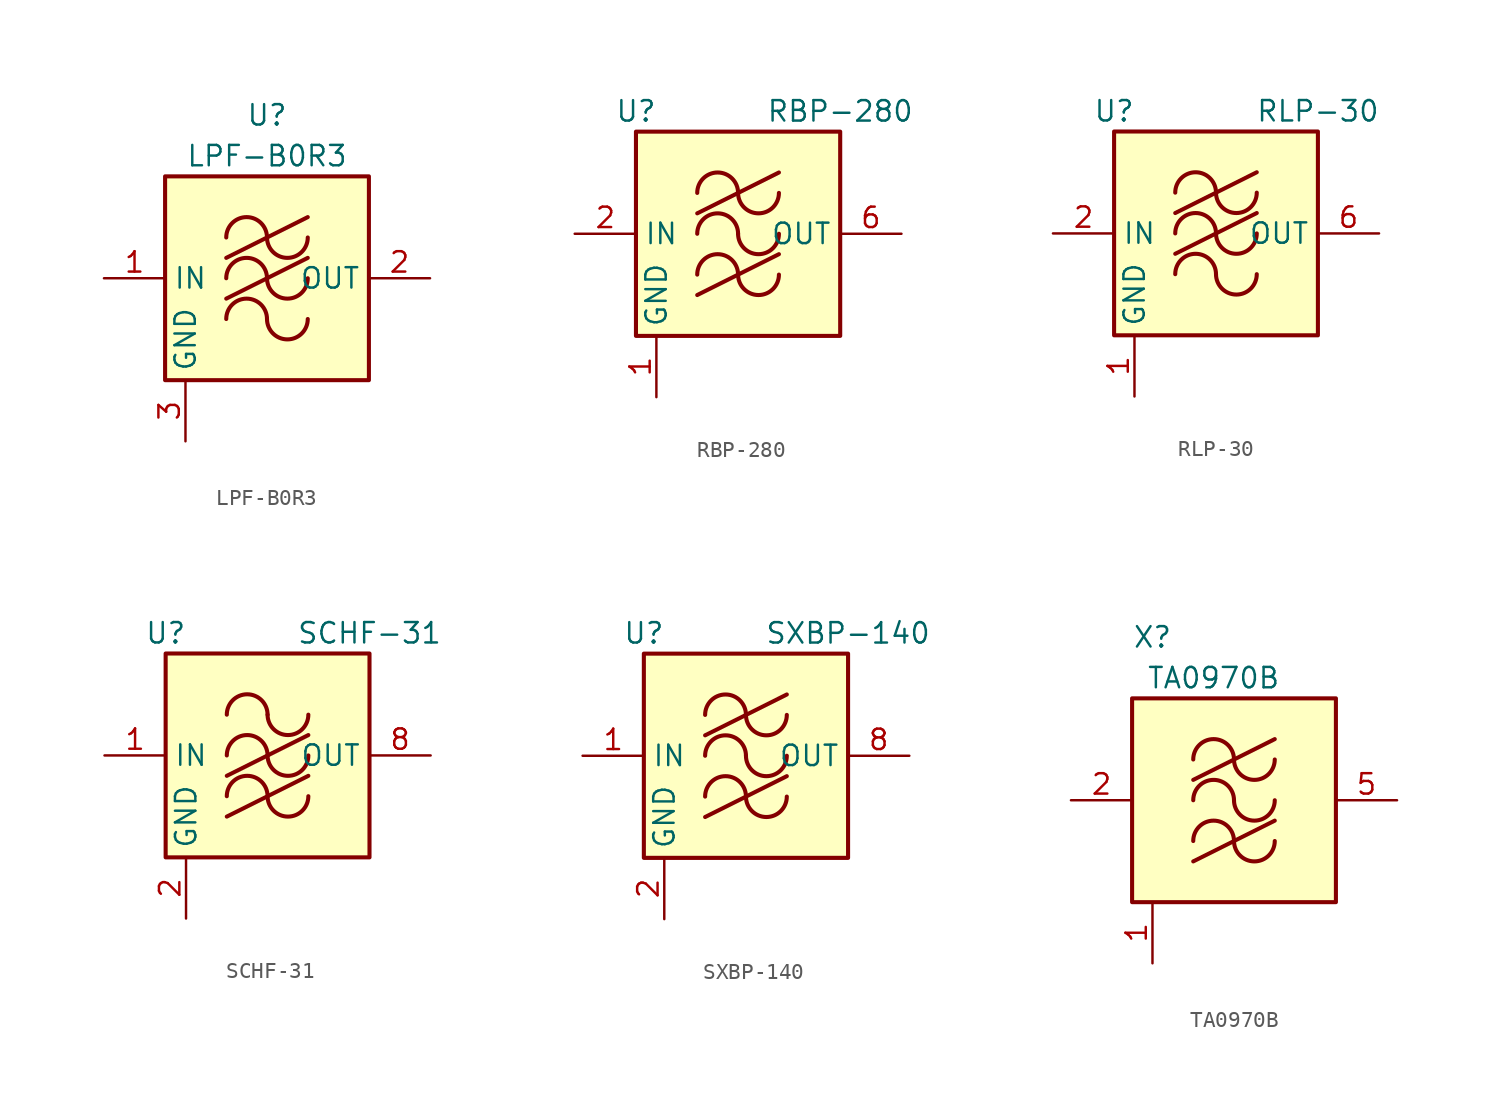
<source format=kicad_sym>
(kicad_symbol_lib
  (version 20241209)
  (generator "kicad_symbol_editor")
  (generator_version "9.0")
  (symbol "LPF-B0R3"
    (property "Reference" "U"
      (at 0 10.16 0)
      (effects (font (size 1.27 1.27))))
    (property "Value" "LPF-B0R3"
      (at 0 7.62 0)
      (effects (font (size 1.27 1.27))))
    (symbol "LPF-B0R3_0_1"
      (rectangle (start -6.35 6.35) (end 6.35 -6.35) (stroke (width 0.254) (type default)) (fill (type background)))
      (polyline (pts (xy -2.54 1.27) (xy 2.54 3.81)) (stroke (width 0.254) (type default)) (fill (type none)))
      (polyline (pts (xy -2.54 -1.27) (xy 2.54 1.27)) (stroke (width 0.254) (type default)) (fill (type none)))
      (arc (start -2.54 2.54) (mid -1.27 3.8045) (end 0 2.54) (stroke (width 0.254) (type default)) (fill (type none)))
      (arc (start -2.54 0) (mid -1.27 1.2645) (end 0 0) (stroke (width 0.254) (type default)) (fill (type none)))
      (arc (start -2.54 -2.54) (mid -1.27 -1.2755) (end 0 -2.54) (stroke (width 0.254) (type default)) (fill (type none)))
      (arc (start 2.54 2.54) (mid 1.27 1.2755) (end 0 2.54) (stroke (width 0.254) (type default)) (fill (type none)))
      (arc (start 2.54 0) (mid 1.27 -1.2645) (end 0 0) (stroke (width 0.254) (type default)) (fill (type none)))
      (arc (start 2.54 -2.54) (mid 1.27 -3.8045) (end 0 -2.54) (stroke (width 0.254) (type default)) (fill (type none))))
    (symbol "LPF-B0R3_1_1"
      (pin input line (at -10.16 0 0) (length 3.81) (name "IN" (effects (font (size 1.27 1.27)))) (number "1" (effects (font (size 1.27 1.27)))))
      (pin power_in line (at -5.08 -10.16 90) (length 3.81) (name "GND" (effects (font (size 1.27 1.27)))) (number "3" (effects (font (size 1.27 1.27)))))
      (pin passive line (at -5.08 -10.16 90) (length 3.81) (hide yes) (name "GND" (effects (font (size 1.27 1.27)))) (number "4" (effects (font (size 1.27 1.27)))))
      (pin passive line (at -5.08 -10.16 90) (length 3.81) (hide yes) (name "GND" (effects (font (size 1.27 1.27)))) (number "5" (effects (font (size 1.27 1.27)))))
      (pin passive line (at -5.08 -10.16 90) (length 3.81) (hide yes) (name "GND" (effects (font (size 1.27 1.27)))) (number "6" (effects (font (size 1.27 1.27)))))
      (pin output line (at 10.16 0 180) (length 3.81) (name "OUT" (effects (font (size 1.27 1.27)))) (number "2" (effects (font (size 1.27 1.27)))))))
  (symbol "RBP-280"
    (property "Reference" "U"
      (at -6.35 7.62 0)
      (effects (font (size 1.27 1.27))))
    (property "Value" "RBP-280"
      (at 6.35 7.62 0)
      (effects (font (size 1.27 1.27))))
    (symbol "RBP-280_0_1"
      (rectangle (start -6.35 6.35) (end 6.35 -6.35) (stroke (width 0.254) (type default)) (fill (type background)))
      (polyline (pts (xy -2.54 1.27) (xy 2.54 3.81)) (stroke (width 0.254) (type default)) (fill (type none)))
      (polyline (pts (xy -2.54 -3.81) (xy 2.54 -1.27)) (stroke (width 0.254) (type default)) (fill (type none)))
      (arc (start -2.54 2.54) (mid -1.27 3.8045) (end 0 2.54) (stroke (width 0.254) (type default)) (fill (type none)))
      (arc (start -2.54 0) (mid -1.27 1.2645) (end 0 0) (stroke (width 0.254) (type default)) (fill (type none)))
      (arc (start -2.54 -2.54) (mid -1.27 -1.2755) (end 0 -2.54) (stroke (width 0.254) (type default)) (fill (type none)))
      (arc (start 2.54 2.54) (mid 1.27 1.2755) (end 0 2.54) (stroke (width 0.254) (type default)) (fill (type none)))
      (arc (start 2.54 0) (mid 1.27 -1.2645) (end 0 0) (stroke (width 0.254) (type default)) (fill (type none)))
      (arc (start 2.54 -2.54) (mid 1.27 -3.8045) (end 0 -2.54) (stroke (width 0.254) (type default)) (fill (type none))))
    (symbol "RBP-280_1_1"
      (pin input line (at -10.16 0 0) (length 3.81) (name "IN" (effects (font (size 1.27 1.27)))) (number "2" (effects (font (size 1.27 1.27)))))
      (pin power_in line (at -5.08 -10.16 90) (length 3.81) (name "GND" (effects (font (size 1.27 1.27)))) (number "1" (effects (font (size 1.27 1.27)))))
      (pin passive line (at -5.08 -10.16 90) (length 3.81) (hide yes) (name "GND" (effects (font (size 1.27 1.27)))) (number "3" (effects (font (size 1.27 1.27)))))
      (pin passive line (at -5.08 -10.16 90) (length 3.81) (hide yes) (name "GND" (effects (font (size 1.27 1.27)))) (number "4" (effects (font (size 1.27 1.27)))))
      (pin passive line (at -5.08 -10.16 90) (length 3.81) (hide yes) (name "GND" (effects (font (size 1.27 1.27)))) (number "5" (effects (font (size 1.27 1.27)))))
      (pin passive line (at -5.08 -10.16 90) (length 3.81) (hide yes) (name "GND" (effects (font (size 1.27 1.27)))) (number "7" (effects (font (size 1.27 1.27)))))
      (pin passive line (at -5.08 -10.16 90) (length 3.81) (hide yes) (name "GND" (effects (font (size 1.27 1.27)))) (number "8" (effects (font (size 1.27 1.27)))))
      (pin output line (at 10.16 0 180) (length 3.81) (name "OUT" (effects (font (size 1.27 1.27)))) (number "6" (effects (font (size 1.27 1.27)))))))
  (symbol "RLP-30"
    (property "Reference" "U"
      (at -6.35 7.62 0)
      (effects (font (size 1.27 1.27))))
    (property "Value" "RLP-30"
      (at 6.35 7.62 0)
      (effects (font (size 1.27 1.27))))
    (symbol "RLP-30_0_1"
      (rectangle (start -6.35 6.35) (end 6.35 -6.35) (stroke (width 0.254) (type default)) (fill (type background)))
      (polyline (pts (xy -2.54 1.27) (xy 2.54 3.81)) (stroke (width 0.254) (type default)) (fill (type none)))
      (polyline (pts (xy -2.54 -1.27) (xy 2.54 1.27)) (stroke (width 0.254) (type default)) (fill (type none)))
      (arc (start -2.54 2.54) (mid -1.27 3.8045) (end 0 2.54) (stroke (width 0.254) (type default)) (fill (type none)))
      (arc (start -2.54 0) (mid -1.27 1.2645) (end 0 0) (stroke (width 0.254) (type default)) (fill (type none)))
      (arc (start -2.54 -2.54) (mid -1.27 -1.2755) (end 0 -2.54) (stroke (width 0.254) (type default)) (fill (type none)))
      (arc (start 2.54 2.54) (mid 1.27 1.2755) (end 0 2.54) (stroke (width 0.254) (type default)) (fill (type none)))
      (arc (start 2.54 0) (mid 1.27 -1.2645) (end 0 0) (stroke (width 0.254) (type default)) (fill (type none)))
      (arc (start 2.54 -2.54) (mid 1.27 -3.8045) (end 0 -2.54) (stroke (width 0.254) (type default)) (fill (type none))))
    (symbol "RLP-30_1_1"
      (pin input line (at -10.16 0 0) (length 3.81) (name "IN" (effects (font (size 1.27 1.27)))) (number "2" (effects (font (size 1.27 1.27)))))
      (pin power_in line (at -5.08 -10.16 90) (length 3.81) (name "GND" (effects (font (size 1.27 1.27)))) (number "1" (effects (font (size 1.27 1.27)))))
      (pin passive line (at -5.08 -10.16 90) (length 3.81) (hide yes) (name "GND" (effects (font (size 1.27 1.27)))) (number "3" (effects (font (size 1.27 1.27)))))
      (pin passive line (at -5.08 -10.16 90) (length 3.81) (hide yes) (name "GND" (effects (font (size 1.27 1.27)))) (number "4" (effects (font (size 1.27 1.27)))))
      (pin passive line (at -5.08 -10.16 90) (length 3.81) (hide yes) (name "GND" (effects (font (size 1.27 1.27)))) (number "5" (effects (font (size 1.27 1.27)))))
      (pin passive line (at -5.08 -10.16 90) (length 3.81) (hide yes) (name "GND" (effects (font (size 1.27 1.27)))) (number "7" (effects (font (size 1.27 1.27)))))
      (pin passive line (at -5.08 -10.16 90) (length 3.81) (hide yes) (name "GND" (effects (font (size 1.27 1.27)))) (number "8" (effects (font (size 1.27 1.27)))))
      (pin output line (at 10.16 0 180) (length 3.81) (name "OUT" (effects (font (size 1.27 1.27)))) (number "6" (effects (font (size 1.27 1.27)))))))
  (symbol "SCHF-31"
    (property "Reference" "U"
      (at -6.35 7.62 0)
      (effects (font (size 1.27 1.27))))
    (property "Value" "SCHF-31"
      (at 6.35 7.62 0)
      (effects (font (size 1.27 1.27))))
    (symbol "SCHF-31_0_1"
      (rectangle (start -6.35 6.35) (end 6.35 -6.35) (stroke (width 0.254) (type default)) (fill (type background)))
      (polyline (pts (xy -2.54 -1.27) (xy 2.54 1.27)) (stroke (width 0.254) (type default)) (fill (type none)))
      (polyline (pts (xy -2.54 -3.81) (xy 2.54 -1.27)) (stroke (width 0.254) (type default)) (fill (type none)))
      (arc (start -2.54 2.54) (mid -1.27 3.8045) (end 0 2.54) (stroke (width 0.254) (type default)) (fill (type none)))
      (arc (start -2.54 0) (mid -1.27 1.2645) (end 0 0) (stroke (width 0.254) (type default)) (fill (type none)))
      (arc (start -2.54 -2.54) (mid -1.27 -1.2755) (end 0 -2.54) (stroke (width 0.254) (type default)) (fill (type none)))
      (arc (start 2.54 2.54) (mid 1.27 1.2755) (end 0 2.54) (stroke (width 0.254) (type default)) (fill (type none)))
      (arc (start 2.54 0) (mid 1.27 -1.2645) (end 0 0) (stroke (width 0.254) (type default)) (fill (type none)))
      (arc (start 2.54 -2.54) (mid 1.27 -3.8045) (end 0 -2.54) (stroke (width 0.254) (type default)) (fill (type none))))
    (symbol "SCHF-31_1_1"
      (pin input line (at -10.16 0 0) (length 3.81) (name "IN" (effects (font (size 1.27 1.27)))) (number "1" (effects (font (size 1.27 1.27)))))
      (pin power_in line (at -5.08 -10.16 90) (length 3.81) (name "GND" (effects (font (size 1.27 1.27)))) (number "2" (effects (font (size 1.27 1.27)))))
      (pin passive line (at -5.08 -10.16 90) (length 3.81) (hide yes) (name "GND" (effects (font (size 1.27 1.27)))) (number "3" (effects (font (size 1.27 1.27)))))
      (pin passive line (at -5.08 -10.16 90) (length 3.81) (hide yes) (name "GND" (effects (font (size 1.27 1.27)))) (number "4" (effects (font (size 1.27 1.27)))))
      (pin passive line (at -5.08 -10.16 90) (length 3.81) (hide yes) (name "GND" (effects (font (size 1.27 1.27)))) (number "5" (effects (font (size 1.27 1.27)))))
      (pin passive line (at -5.08 -10.16 90) (length 3.81) (hide yes) (name "GND" (effects (font (size 1.27 1.27)))) (number "6" (effects (font (size 1.27 1.27)))))
      (pin passive line (at -5.08 -10.16 90) (length 3.81) (hide yes) (name "GND" (effects (font (size 1.27 1.27)))) (number "7" (effects (font (size 1.27 1.27)))))
      (pin output line (at 10.16 0 180) (length 3.81) (name "OUT" (effects (font (size 1.27 1.27)))) (number "8" (effects (font (size 1.27 1.27)))))))
  (symbol "SXBP-140"
    (property "Reference" "U"
      (at -6.35 7.62 0)
      (effects (font (size 1.27 1.27))))
    (property "Value" "SXBP-140"
      (at 6.35 7.62 0)
      (effects (font (size 1.27 1.27))))
    (symbol "SXBP-140_0_1"
      (rectangle (start -6.35 6.35) (end 6.35 -6.35) (stroke (width 0.254) (type default)) (fill (type background)))
      (polyline (pts (xy -2.54 1.27) (xy 2.54 3.81)) (stroke (width 0.254) (type default)) (fill (type none)))
      (polyline (pts (xy -2.54 -3.81) (xy 2.54 -1.27)) (stroke (width 0.254) (type default)) (fill (type none)))
      (arc (start -2.54 2.54) (mid -1.27 3.8045) (end 0 2.54) (stroke (width 0.254) (type default)) (fill (type none)))
      (arc (start -2.54 0) (mid -1.27 1.2645) (end 0 0) (stroke (width 0.254) (type default)) (fill (type none)))
      (arc (start -2.54 -2.54) (mid -1.27 -1.2755) (end 0 -2.54) (stroke (width 0.254) (type default)) (fill (type none)))
      (arc (start 2.54 2.54) (mid 1.27 1.2755) (end 0 2.54) (stroke (width 0.254) (type default)) (fill (type none)))
      (arc (start 2.54 0) (mid 1.27 -1.2645) (end 0 0) (stroke (width 0.254) (type default)) (fill (type none)))
      (arc (start 2.54 -2.54) (mid 1.27 -3.8045) (end 0 -2.54) (stroke (width 0.254) (type default)) (fill (type none))))
    (symbol "SXBP-140_1_1"
      (pin input line (at -10.16 0 0) (length 3.81) (name "IN" (effects (font (size 1.27 1.27)))) (number "1" (effects (font (size 1.27 1.27)))))
      (pin power_in line (at -5.08 -10.16 90) (length 3.81) (name "GND" (effects (font (size 1.27 1.27)))) (number "2" (effects (font (size 1.27 1.27)))))
      (pin passive line (at -5.08 -10.16 90) (length 3.81) (hide yes) (name "GND" (effects (font (size 1.27 1.27)))) (number "3" (effects (font (size 1.27 1.27)))))
      (pin passive line (at -5.08 -10.16 90) (length 3.81) (hide yes) (name "GND" (effects (font (size 1.27 1.27)))) (number "4" (effects (font (size 1.27 1.27)))))
      (pin passive line (at -5.08 -10.16 90) (length 3.81) (hide yes) (name "GND" (effects (font (size 1.27 1.27)))) (number "5" (effects (font (size 1.27 1.27)))))
      (pin passive line (at -5.08 -10.16 90) (length 3.81) (hide yes) (name "GND" (effects (font (size 1.27 1.27)))) (number "6" (effects (font (size 1.27 1.27)))))
      (pin passive line (at -5.08 -10.16 90) (length 3.81) (hide yes) (name "GND" (effects (font (size 1.27 1.27)))) (number "7" (effects (font (size 1.27 1.27)))))
      (pin output line (at 10.16 0 180) (length 3.81) (name "OUT" (effects (font (size 1.27 1.27)))) (number "8" (effects (font (size 1.27 1.27)))))))
  (symbol "TA0970B"
    (pin_names
      (hide yes))
    (property "Reference" "X"
      (at -5.08 10.16 0)
      (effects (font (size 1.27 1.27))))
    (property "Value" "TA0970B"
      (at -1.27 7.62 0)
      (effects (font (size 1.27 1.27))))
    (symbol "TA0970B_1_1"
      (rectangle (start -6.35 6.35) (end 6.35 -6.35) (stroke (width 0.254) (type default)) (fill (type background)))
      (polyline (pts (xy -2.54 1.27) (xy 2.54 3.81)) (stroke (width 0.254) (type default)) (fill (type none)))
      (polyline (pts (xy -2.54 -3.81) (xy 2.54 -1.27)) (stroke (width 0.254) (type default)) (fill (type none)))
      (arc (start -2.54 2.54) (mid -1.27 3.8045) (end 0 2.54) (stroke (width 0.254) (type default)) (fill (type none)))
      (arc (start -2.54 0) (mid -1.27 1.2645) (end 0 0) (stroke (width 0.254) (type default)) (fill (type none)))
      (arc (start -2.54 -2.54) (mid -1.27 -1.2755) (end 0 -2.54) (stroke (width 0.254) (type default)) (fill (type none)))
      (arc (start 2.54 2.54) (mid 1.27 1.2755) (end 0 2.54) (stroke (width 0.254) (type default)) (fill (type none)))
      (arc (start 2.54 0) (mid 1.27 -1.2645) (end 0 0) (stroke (width 0.254) (type default)) (fill (type none)))
      (arc (start 2.54 -2.54) (mid 1.27 -3.8045) (end 0 -2.54) (stroke (width 0.254) (type default)) (fill (type none)))
      (pin input line (at -10.16 0 0) (length 3.81) (name "IN" (effects (font (size 1.27 1.27)))) (number "2" (effects (font (size 1.27 1.27)))))
      (pin power_in line (at -5.08 -10.16 90) (length 3.81) (name "GND" (effects (font (size 1.27 1.27)))) (number "1" (effects (font (size 1.27 1.27)))))
      (pin passive line (at -5.08 -10.16 90) (length 3.81) (hide yes) (name "GND" (effects (font (size 1.27 1.27)))) (number "3" (effects (font (size 1.27 1.27)))))
      (pin passive line (at -5.08 -10.16 90) (length 3.81) (hide yes) (name "GND" (effects (font (size 1.27 1.27)))) (number "4" (effects (font (size 1.27 1.27)))))
      (pin passive line (at -5.08 -10.16 90) (length 3.81) (hide yes) (name "GND" (effects (font (size 1.27 1.27)))) (number "6" (effects (font (size 1.27 1.27)))))
      (pin output line (at 10.16 0 180) (length 3.81) (name "OUT" (effects (font (size 1.27 1.27)))) (number "5" (effects (font (size 1.27 1.27))))))))
</source>
